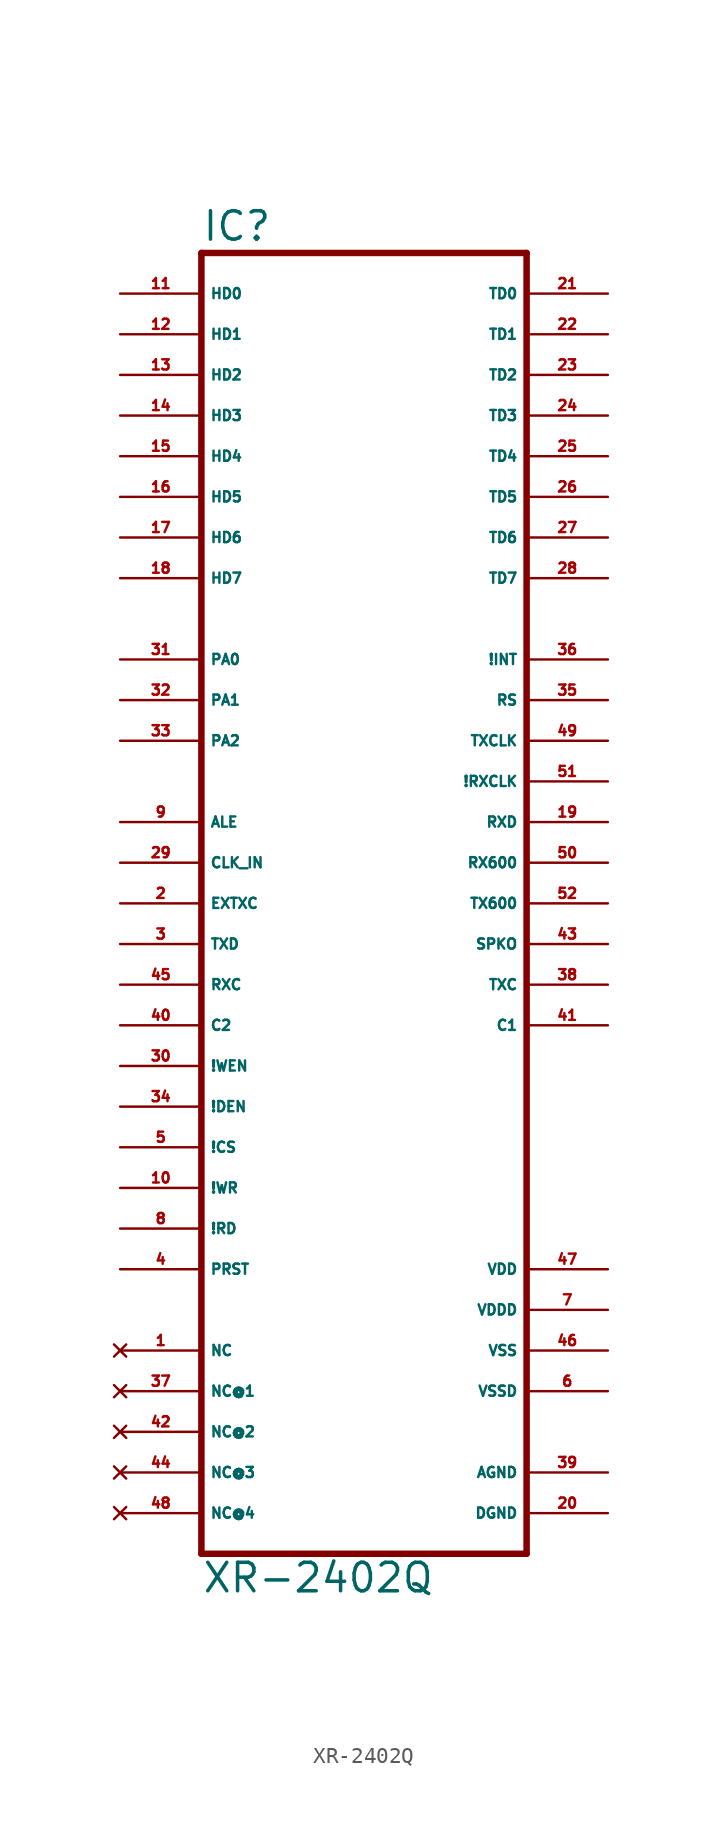
<source format=kicad_sym>
(kicad_symbol_lib
  (version 20220914)
  (generator Eagle2Kicad)
  (symbol "XR-2402Q"
    (property "Reference" "IC"
      (at -10.16 41.275 0)
      (effects (font (size 1.778 1.778) (thickness 0.22)) (justify left bottom)))
    (property "Value" "XR-2402Q"
      (at -10.16 -43.18 0)
      (effects (font (size 1.778 1.778) (thickness 0.22)) (justify left bottom)))
    (polyline
      (pts (xy -10.16 -40.64) (xy 10.16 -40.64))
      (stroke (width 0.406) (type default))
      (fill (type none)))
    (polyline
      (pts (xy 10.16 -40.64) (xy 10.16 40.64))
      (stroke (width 0.406) (type default))
      (fill (type none)))
    (polyline
      (pts (xy 10.16 40.64) (xy -10.16 40.64))
      (stroke (width 0.406) (type default))
      (fill (type none)))
    (polyline
      (pts (xy -10.16 40.64) (xy -10.16 -40.64))
      (stroke (width 0.406) (type default))
      (fill (type none)))
    (pin bidirectional line
      (at -15.24 38.1 0)
      (length 5.08)
      (name "HD0" (effects (font (size 0.635 0.635) (thickness 0.08)) (justify left bottom)))
      (number "11" (effects (font (size 0.635 0.635) (thickness 0.08)) (justify left bottom))))
    (pin bidirectional line
      (at -15.24 35.56 0)
      (length 5.08)
      (name "HD1" (effects (font (size 0.635 0.635) (thickness 0.08)) (justify left bottom)))
      (number "12" (effects (font (size 0.635 0.635) (thickness 0.08)) (justify left bottom))))
    (pin bidirectional line
      (at -15.24 33.02 0)
      (length 5.08)
      (name "HD2" (effects (font (size 0.635 0.635) (thickness 0.08)) (justify left bottom)))
      (number "13" (effects (font (size 0.635 0.635) (thickness 0.08)) (justify left bottom))))
    (pin bidirectional line
      (at -15.24 30.48 0)
      (length 5.08)
      (name "HD3" (effects (font (size 0.635 0.635) (thickness 0.08)) (justify left bottom)))
      (number "14" (effects (font (size 0.635 0.635) (thickness 0.08)) (justify left bottom))))
    (pin bidirectional line
      (at -15.24 27.94 0)
      (length 5.08)
      (name "HD4" (effects (font (size 0.635 0.635) (thickness 0.08)) (justify left bottom)))
      (number "15" (effects (font (size 0.635 0.635) (thickness 0.08)) (justify left bottom))))
    (pin bidirectional line
      (at -15.24 25.4 0)
      (length 5.08)
      (name "HD5" (effects (font (size 0.635 0.635) (thickness 0.08)) (justify left bottom)))
      (number "16" (effects (font (size 0.635 0.635) (thickness 0.08)) (justify left bottom))))
    (pin bidirectional line
      (at -15.24 22.86 0)
      (length 5.08)
      (name "HD6" (effects (font (size 0.635 0.635) (thickness 0.08)) (justify left bottom)))
      (number "17" (effects (font (size 0.635 0.635) (thickness 0.08)) (justify left bottom))))
    (pin bidirectional line
      (at -15.24 20.32 0)
      (length 5.08)
      (name "HD7" (effects (font (size 0.635 0.635) (thickness 0.08)) (justify left bottom)))
      (number "18" (effects (font (size 0.635 0.635) (thickness 0.08)) (justify left bottom))))
    (pin bidirectional line
      (at 15.24 38.1 180)
      (length 5.08)
      (name "TD0" (effects (font (size 0.635 0.635) (thickness 0.08)) (justify left bottom)))
      (number "21" (effects (font (size 0.635 0.635) (thickness 0.08)) (justify left bottom))))
    (pin bidirectional line
      (at 15.24 35.56 180)
      (length 5.08)
      (name "TD1" (effects (font (size 0.635 0.635) (thickness 0.08)) (justify left bottom)))
      (number "22" (effects (font (size 0.635 0.635) (thickness 0.08)) (justify left bottom))))
    (pin bidirectional line
      (at 15.24 33.02 180)
      (length 5.08)
      (name "TD2" (effects (font (size 0.635 0.635) (thickness 0.08)) (justify left bottom)))
      (number "23" (effects (font (size 0.635 0.635) (thickness 0.08)) (justify left bottom))))
    (pin bidirectional line
      (at 15.24 30.48 180)
      (length 5.08)
      (name "TD3" (effects (font (size 0.635 0.635) (thickness 0.08)) (justify left bottom)))
      (number "24" (effects (font (size 0.635 0.635) (thickness 0.08)) (justify left bottom))))
    (pin bidirectional line
      (at 15.24 27.94 180)
      (length 5.08)
      (name "TD4" (effects (font (size 0.635 0.635) (thickness 0.08)) (justify left bottom)))
      (number "25" (effects (font (size 0.635 0.635) (thickness 0.08)) (justify left bottom))))
    (pin bidirectional line
      (at 15.24 25.4 180)
      (length 5.08)
      (name "TD5" (effects (font (size 0.635 0.635) (thickness 0.08)) (justify left bottom)))
      (number "26" (effects (font (size 0.635 0.635) (thickness 0.08)) (justify left bottom))))
    (pin bidirectional line
      (at 15.24 22.86 180)
      (length 5.08)
      (name "TD6" (effects (font (size 0.635 0.635) (thickness 0.08)) (justify left bottom)))
      (number "27" (effects (font (size 0.635 0.635) (thickness 0.08)) (justify left bottom))))
    (pin bidirectional line
      (at 15.24 20.32 180)
      (length 5.08)
      (name "TD7" (effects (font (size 0.635 0.635) (thickness 0.08)) (justify left bottom)))
      (number "28" (effects (font (size 0.635 0.635) (thickness 0.08)) (justify left bottom))))
    (pin input line
      (at -15.24 5.08 0)
      (length 5.08)
      (name "ALE" (effects (font (size 0.635 0.635) (thickness 0.08)) (justify left bottom)))
      (number "9" (effects (font (size 0.635 0.635) (thickness 0.08)) (justify left bottom))))
    (pin input line
      (at -15.24 2.54 0)
      (length 5.08)
      (name "CLK_IN" (effects (font (size 0.635 0.635) (thickness 0.08)) (justify left bottom)))
      (number "29" (effects (font (size 0.635 0.635) (thickness 0.08)) (justify left bottom))))
    (pin input line
      (at -15.24 0 0)
      (length 5.08)
      (name "EXTXC" (effects (font (size 0.635 0.635) (thickness 0.08)) (justify left bottom)))
      (number "2" (effects (font (size 0.635 0.635) (thickness 0.08)) (justify left bottom))))
    (pin input line
      (at -15.24 -2.54 0)
      (length 5.08)
      (name "TXD" (effects (font (size 0.635 0.635) (thickness 0.08)) (justify left bottom)))
      (number "3" (effects (font (size 0.635 0.635) (thickness 0.08)) (justify left bottom))))
    (pin input line
      (at -15.24 -5.08 0)
      (length 5.08)
      (name "RXC" (effects (font (size 0.635 0.635) (thickness 0.08)) (justify left bottom)))
      (number "45" (effects (font (size 0.635 0.635) (thickness 0.08)) (justify left bottom))))
    (pin input line
      (at -15.24 -7.62 0)
      (length 5.08)
      (name "C2" (effects (font (size 0.635 0.635) (thickness 0.08)) (justify left bottom)))
      (number "40" (effects (font (size 0.635 0.635) (thickness 0.08)) (justify left bottom))))
    (pin input line
      (at -15.24 -10.16 0)
      (length 5.08)
      (name "!WEN" (effects (font (size 0.635 0.635) (thickness 0.08)) (justify left bottom)))
      (number "30" (effects (font (size 0.635 0.635) (thickness 0.08)) (justify left bottom))))
    (pin input line
      (at -15.24 -12.7 0)
      (length 5.08)
      (name "!DEN" (effects (font (size 0.635 0.635) (thickness 0.08)) (justify left bottom)))
      (number "34" (effects (font (size 0.635 0.635) (thickness 0.08)) (justify left bottom))))
    (pin input line
      (at -15.24 -15.24 0)
      (length 5.08)
      (name "!CS" (effects (font (size 0.635 0.635) (thickness 0.08)) (justify left bottom)))
      (number "5" (effects (font (size 0.635 0.635) (thickness 0.08)) (justify left bottom))))
    (pin input line
      (at -15.24 -17.78 0)
      (length 5.08)
      (name "!WR" (effects (font (size 0.635 0.635) (thickness 0.08)) (justify left bottom)))
      (number "10" (effects (font (size 0.635 0.635) (thickness 0.08)) (justify left bottom))))
    (pin input line
      (at -15.24 -20.32 0)
      (length 5.08)
      (name "!RD" (effects (font (size 0.635 0.635) (thickness 0.08)) (justify left bottom)))
      (number "8" (effects (font (size 0.635 0.635) (thickness 0.08)) (justify left bottom))))
    (pin input line
      (at -15.24 -22.86 0)
      (length 5.08)
      (name "PRST" (effects (font (size 0.635 0.635) (thickness 0.08)) (justify left bottom)))
      (number "4" (effects (font (size 0.635 0.635) (thickness 0.08)) (justify left bottom))))
    (pin output line
      (at 15.24 15.24 180)
      (length 5.08)
      (name "!INT" (effects (font (size 0.635 0.635) (thickness 0.08)) (justify left bottom)))
      (number "36" (effects (font (size 0.635 0.635) (thickness 0.08)) (justify left bottom))))
    (pin output line
      (at 15.24 12.7 180)
      (length 5.08)
      (name "RS" (effects (font (size 0.635 0.635) (thickness 0.08)) (justify left bottom)))
      (number "35" (effects (font (size 0.635 0.635) (thickness 0.08)) (justify left bottom))))
    (pin output line
      (at 15.24 10.16 180)
      (length 5.08)
      (name "TXCLK" (effects (font (size 0.635 0.635) (thickness 0.08)) (justify left bottom)))
      (number "49" (effects (font (size 0.635 0.635) (thickness 0.08)) (justify left bottom))))
    (pin output line
      (at 15.24 7.62 180)
      (length 5.08)
      (name "!RXCLK" (effects (font (size 0.635 0.635) (thickness 0.08)) (justify left bottom)))
      (number "51" (effects (font (size 0.635 0.635) (thickness 0.08)) (justify left bottom))))
    (pin output line
      (at 15.24 5.08 180)
      (length 5.08)
      (name "RXD" (effects (font (size 0.635 0.635) (thickness 0.08)) (justify left bottom)))
      (number "19" (effects (font (size 0.635 0.635) (thickness 0.08)) (justify left bottom))))
    (pin output line
      (at 15.24 2.54 180)
      (length 5.08)
      (name "RX600" (effects (font (size 0.635 0.635) (thickness 0.08)) (justify left bottom)))
      (number "50" (effects (font (size 0.635 0.635) (thickness 0.08)) (justify left bottom))))
    (pin output line
      (at 15.24 0 180)
      (length 5.08)
      (name "TX600" (effects (font (size 0.635 0.635) (thickness 0.08)) (justify left bottom)))
      (number "52" (effects (font (size 0.635 0.635) (thickness 0.08)) (justify left bottom))))
    (pin output line
      (at 15.24 -2.54 180)
      (length 5.08)
      (name "SPKO" (effects (font (size 0.635 0.635) (thickness 0.08)) (justify left bottom)))
      (number "43" (effects (font (size 0.635 0.635) (thickness 0.08)) (justify left bottom))))
    (pin output line
      (at 15.24 -5.08 180)
      (length 5.08)
      (name "TXC" (effects (font (size 0.635 0.635) (thickness 0.08)) (justify left bottom)))
      (number "38" (effects (font (size 0.635 0.635) (thickness 0.08)) (justify left bottom))))
    (pin output line
      (at 15.24 -7.62 180)
      (length 5.08)
      (name "C1" (effects (font (size 0.635 0.635) (thickness 0.08)) (justify left bottom)))
      (number "41" (effects (font (size 0.635 0.635) (thickness 0.08)) (justify left bottom))))
    (pin unspecified line
      (at 15.24 -22.86 180)
      (length 5.08)
      (name "VDD" (effects (font (size 0.635 0.635) (thickness 0.08)) (justify left bottom)))
      (number "47" (effects (font (size 0.635 0.635) (thickness 0.08)) (justify left bottom))))
    (pin unspecified line
      (at 15.24 -25.4 180)
      (length 5.08)
      (name "VDDD" (effects (font (size 0.635 0.635) (thickness 0.08)) (justify left bottom)))
      (number "7" (effects (font (size 0.635 0.635) (thickness 0.08)) (justify left bottom))))
    (pin unspecified line
      (at 15.24 -27.94 180)
      (length 5.08)
      (name "VSS" (effects (font (size 0.635 0.635) (thickness 0.08)) (justify left bottom)))
      (number "46" (effects (font (size 0.635 0.635) (thickness 0.08)) (justify left bottom))))
    (pin unspecified line
      (at 15.24 -30.48 180)
      (length 5.08)
      (name "VSSD" (effects (font (size 0.635 0.635) (thickness 0.08)) (justify left bottom)))
      (number "6" (effects (font (size 0.635 0.635) (thickness 0.08)) (justify left bottom))))
    (pin unspecified line
      (at 15.24 -35.56 180)
      (length 5.08)
      (name "AGND" (effects (font (size 0.635 0.635) (thickness 0.08)) (justify left bottom)))
      (number "39" (effects (font (size 0.635 0.635) (thickness 0.08)) (justify left bottom))))
    (pin unspecified line
      (at 15.24 -38.1 180)
      (length 5.08)
      (name "DGND" (effects (font (size 0.635 0.635) (thickness 0.08)) (justify left bottom)))
      (number "20" (effects (font (size 0.635 0.635) (thickness 0.08)) (justify left bottom))))
    (pin no_connect line
      (at -15.24 -27.94 0)
      (length 5.08)
      (name "NC" (effects (font (size 0.635 0.635) (thickness 0.08)) (justify left bottom) hide))
      (number "1" (effects (font (size 0.635 0.635) (thickness 0.08)) (justify left bottom) hide)))
    (pin input line
      (at -15.24 15.24 0)
      (length 5.08)
      (name "PA0" (effects (font (size 0.635 0.635) (thickness 0.08)) (justify left bottom)))
      (number "31" (effects (font (size 0.635 0.635) (thickness 0.08)) (justify left bottom))))
    (pin input line
      (at -15.24 12.7 0)
      (length 5.08)
      (name "PA1" (effects (font (size 0.635 0.635) (thickness 0.08)) (justify left bottom)))
      (number "32" (effects (font (size 0.635 0.635) (thickness 0.08)) (justify left bottom))))
    (pin input line
      (at -15.24 10.16 0)
      (length 5.08)
      (name "PA2" (effects (font (size 0.635 0.635) (thickness 0.08)) (justify left bottom)))
      (number "33" (effects (font (size 0.635 0.635) (thickness 0.08)) (justify left bottom))))
    (pin no_connect line
      (at -15.24 -30.48 0)
      (length 5.08)
      (name "NC@1" (effects (font (size 0.635 0.635) (thickness 0.08)) (justify left bottom) hide))
      (number "37" (effects (font (size 0.635 0.635) (thickness 0.08)) (justify left bottom) hide)))
    (pin no_connect line
      (at -15.24 -33.02 0)
      (length 5.08)
      (name "NC@2" (effects (font (size 0.635 0.635) (thickness 0.08)) (justify left bottom) hide))
      (number "42" (effects (font (size 0.635 0.635) (thickness 0.08)) (justify left bottom) hide)))
    (pin no_connect line
      (at -15.24 -35.56 0)
      (length 5.08)
      (name "NC@3" (effects (font (size 0.635 0.635) (thickness 0.08)) (justify left bottom) hide))
      (number "44" (effects (font (size 0.635 0.635) (thickness 0.08)) (justify left bottom) hide)))
    (pin no_connect line
      (at -15.24 -38.1 0)
      (length 5.08)
      (name "NC@4" (effects (font (size 0.635 0.635) (thickness 0.08)) (justify left bottom) hide))
      (number "48" (effects (font (size 0.635 0.635) (thickness 0.08)) (justify left bottom) hide)))))
</source>
